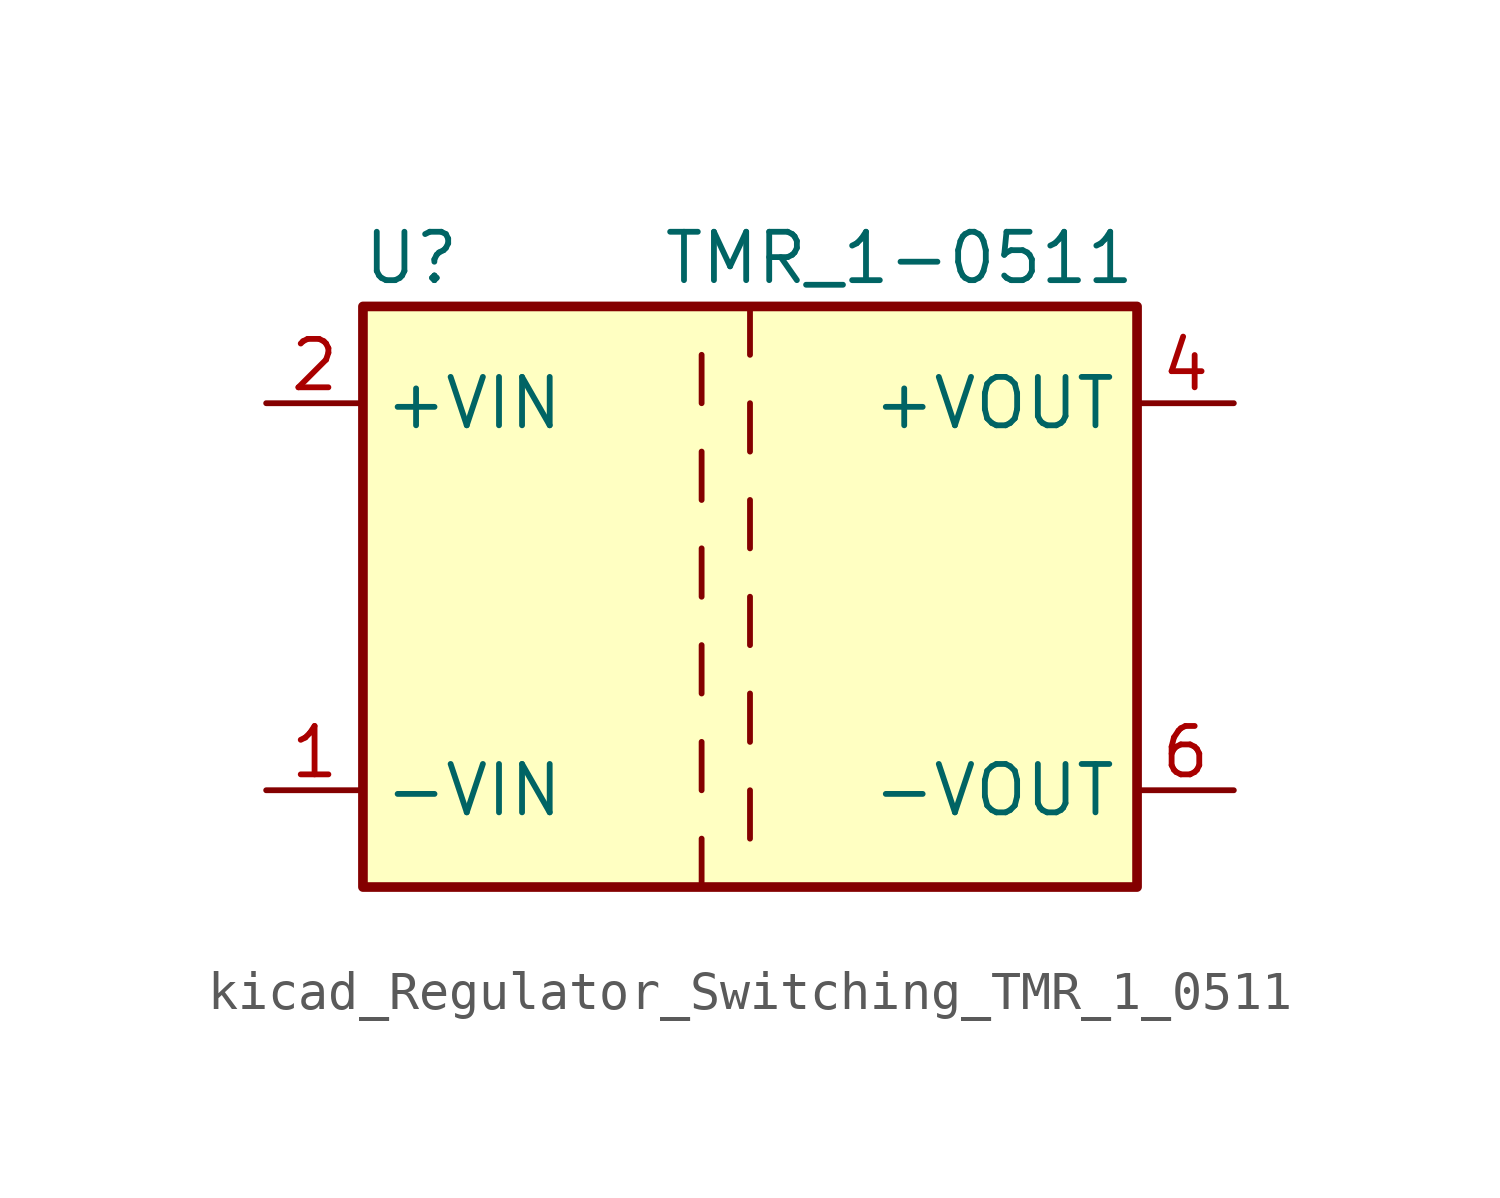
<source format=kicad_sym>
(kicad_symbol_lib
  (version 20220914)
  (generator kicad_symbol_editor)
  (symbol "kicad_Regulator_Switching_TMR_1_0511"
    (property "Reference" "U"
      (at -8.89 8.89 0)
      (effects (font (size 1.27 1.27))))
    (property "Value" "TMR_1-0511"
      (at 10.16 8.89 0)
      (effects (font (size 1.27 1.27)) (justify right)))
    (symbol "kicad_Regulator_Switching_TMR_1_0511_0_1"
      (rectangle (start -10.16 7.62) (end 10.16 -7.62) (stroke (width 0.254) (type default)) (fill (type background)))
      (polyline (pts (xy -1.27 -7.62) (xy -1.27 -6.35)) (stroke (width 0) (type default)) (fill (type none)))
      (polyline (pts (xy -1.27 -5.08) (xy -1.27 -3.81)) (stroke (width 0) (type default)) (fill (type none)))
      (polyline (pts (xy -1.27 -2.54) (xy -1.27 -1.27)) (stroke (width 0) (type default)) (fill (type none)))
      (polyline (pts (xy -1.27 0) (xy -1.27 1.27)) (stroke (width 0) (type default)) (fill (type none)))
      (polyline (pts (xy -1.27 2.54) (xy -1.27 3.81)) (stroke (width 0) (type default)) (fill (type none)))
      (polyline (pts (xy -1.27 5.08) (xy -1.27 6.35)) (stroke (width 0) (type default)) (fill (type none)))
      (polyline (pts (xy 0 -5.08) (xy 0 -6.35)) (stroke (width 0) (type default)) (fill (type none)))
      (polyline (pts (xy 0 -2.54) (xy 0 -3.81)) (stroke (width 0) (type default)) (fill (type none)))
      (polyline (pts (xy 0 0) (xy 0 -1.27)) (stroke (width 0) (type default)) (fill (type none)))
      (polyline (pts (xy 0 2.54) (xy 0 1.27)) (stroke (width 0) (type default)) (fill (type none)))
      (polyline (pts (xy 0 5.08) (xy 0 3.81)) (stroke (width 0) (type default)) (fill (type none)))
      (polyline (pts (xy 0 7.62) (xy 0 6.35)) (stroke (width 0) (type default)) (fill (type none))))
    (symbol "kicad_Regulator_Switching_TMR_1_0511_1_1"
      (pin power_in line (at -12.7 -5.08 0) (length 2.54) (name "-VIN" (effects (font (size 1.27 1.27)))) (number "1" (effects (font (size 1.27 1.27)))))
      (pin power_in line (at -12.7 5.08 0) (length 2.54) (name "+VIN" (effects (font (size 1.27 1.27)))) (number "2" (effects (font (size 1.27 1.27)))))
      (pin power_out line (at 12.7 5.08 180) (length 2.54) (name "+VOUT" (effects (font (size 1.27 1.27)))) (number "4" (effects (font (size 1.27 1.27)))))
      (pin power_out line (at 12.7 -5.08 180) (length 2.54) (name "-VOUT" (effects (font (size 1.27 1.27)))) (number "6" (effects (font (size 1.27 1.27))))))))
</source>
